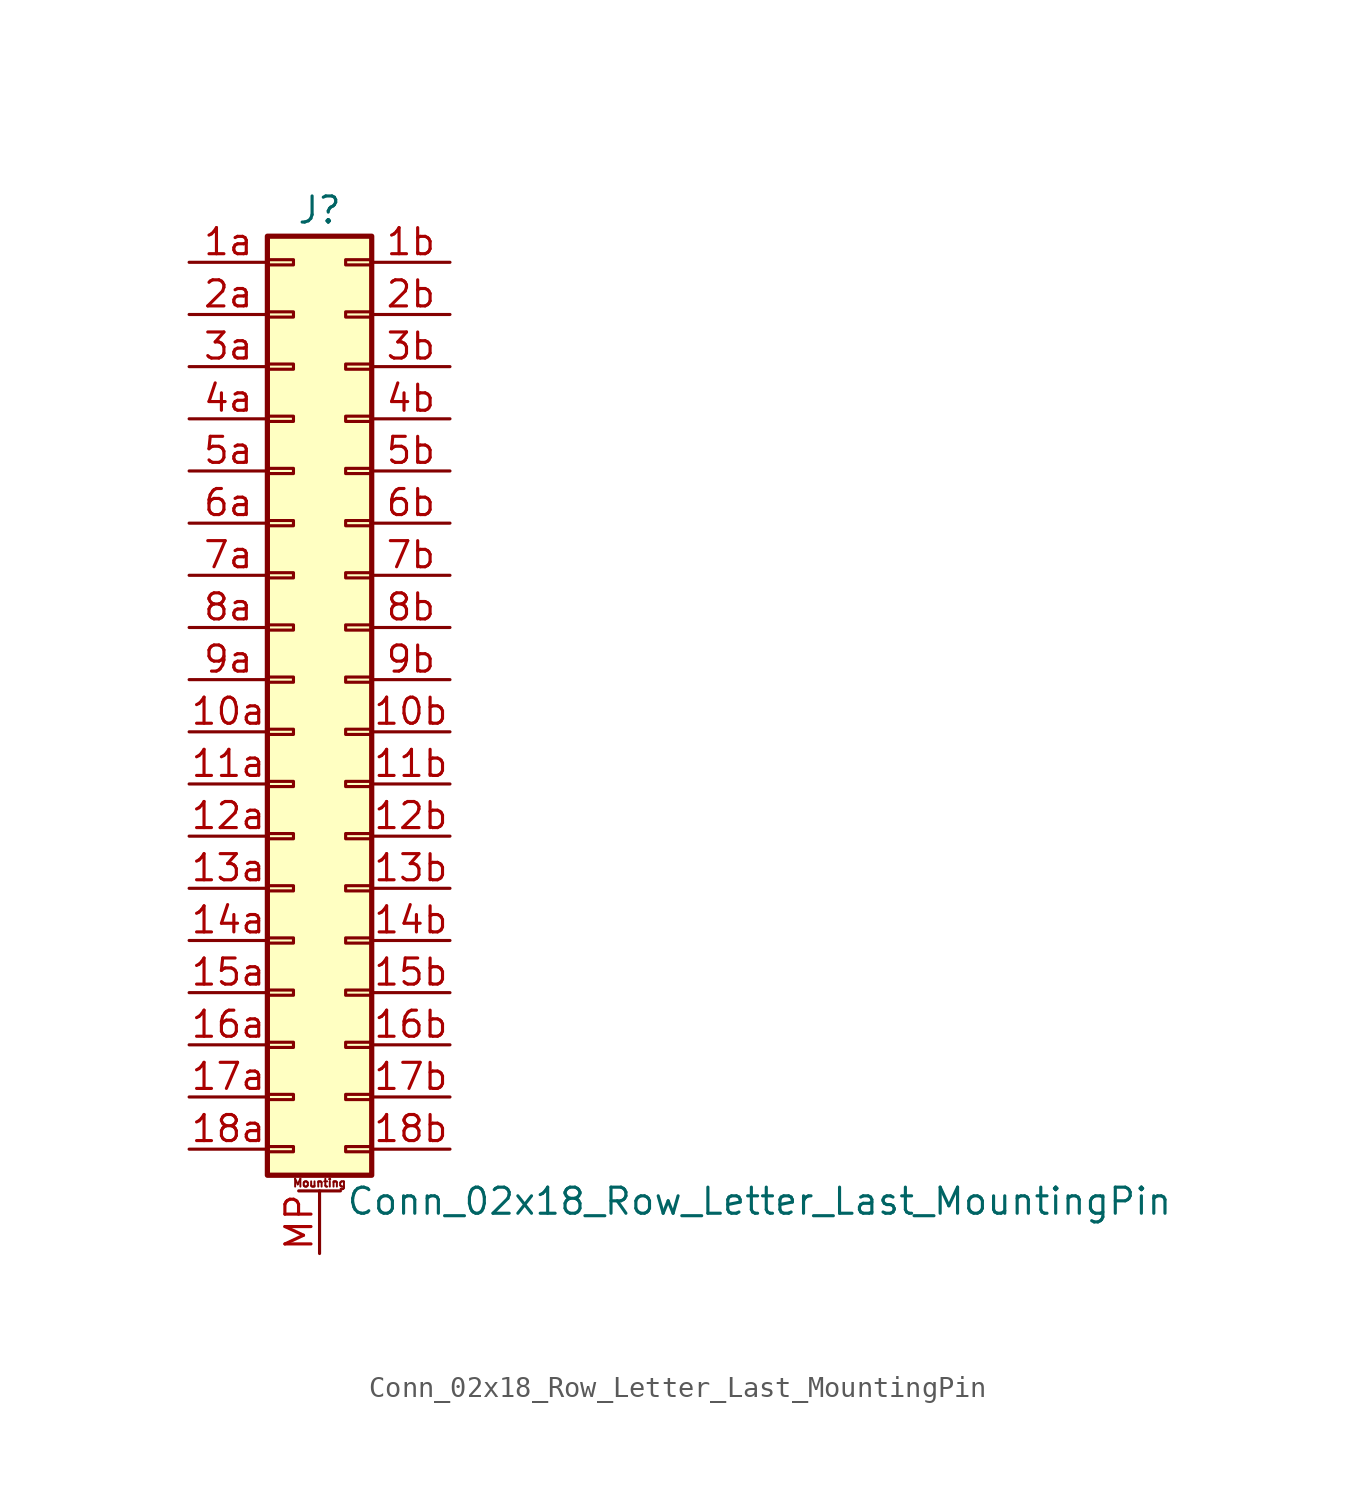
<source format=kicad_sym>
(kicad_symbol_lib
  (version 20211014)
  (generator kicad_symbol_editor)
  (symbol "Conn_02x18_Row_Letter_Last_MountingPin"
    (pin_names
      (offset 1.016) hide)
    (property "Reference" "J"
      (at 1.27 22.86 0)
      (effects (font (size 1.27 1.27))))
    (property "Value" "Conn_02x18_Row_Letter_Last_MountingPin"
      (at 2.54 -25.4 0)
      (effects (font (size 1.27 1.27)) (justify left)))
    (symbol "Conn_02x18_Row_Letter_Last_MountingPin_1_1"
      (rectangle (start -1.27 -22.733) (end 0 -22.987) (stroke (width 0.152) (type default) (color 0 0 0 0)) (fill (type none)))
      (rectangle (start -1.27 -20.193) (end 0 -20.447) (stroke (width 0.152) (type default) (color 0 0 0 0)) (fill (type none)))
      (rectangle (start -1.27 -17.653) (end 0 -17.907) (stroke (width 0.152) (type default) (color 0 0 0 0)) (fill (type none)))
      (rectangle (start -1.27 -15.113) (end 0 -15.367) (stroke (width 0.152) (type default) (color 0 0 0 0)) (fill (type none)))
      (rectangle (start -1.27 -12.573) (end 0 -12.827) (stroke (width 0.152) (type default) (color 0 0 0 0)) (fill (type none)))
      (rectangle (start -1.27 -10.033) (end 0 -10.287) (stroke (width 0.152) (type default) (color 0 0 0 0)) (fill (type none)))
      (rectangle (start -1.27 -7.493) (end 0 -7.747) (stroke (width 0.152) (type default) (color 0 0 0 0)) (fill (type none)))
      (rectangle (start -1.27 -4.953) (end 0 -5.207) (stroke (width 0.152) (type default) (color 0 0 0 0)) (fill (type none)))
      (rectangle (start -1.27 -2.413) (end 0 -2.667) (stroke (width 0.152) (type default) (color 0 0 0 0)) (fill (type none)))
      (rectangle (start -1.27 0.127) (end 0 -0.127) (stroke (width 0.152) (type default) (color 0 0 0 0)) (fill (type none)))
      (rectangle (start -1.27 2.667) (end 0 2.413) (stroke (width 0.152) (type default) (color 0 0 0 0)) (fill (type none)))
      (rectangle (start -1.27 5.207) (end 0 4.953) (stroke (width 0.152) (type default) (color 0 0 0 0)) (fill (type none)))
      (rectangle (start -1.27 7.747) (end 0 7.493) (stroke (width 0.152) (type default) (color 0 0 0 0)) (fill (type none)))
      (rectangle (start -1.27 10.287) (end 0 10.033) (stroke (width 0.152) (type default) (color 0 0 0 0)) (fill (type none)))
      (rectangle (start -1.27 12.827) (end 0 12.573) (stroke (width 0.152) (type default) (color 0 0 0 0)) (fill (type none)))
      (rectangle (start -1.27 15.367) (end 0 15.113) (stroke (width 0.152) (type default) (color 0 0 0 0)) (fill (type none)))
      (rectangle (start -1.27 17.907) (end 0 17.653) (stroke (width 0.152) (type default) (color 0 0 0 0)) (fill (type none)))
      (rectangle (start -1.27 20.447) (end 0 20.193) (stroke (width 0.152) (type default) (color 0 0 0 0)) (fill (type none)))
      (rectangle (start -1.27 21.59) (end 3.81 -24.13) (stroke (width 0.254) (type default) (color 0 0 0 0)) (fill (type background)))
      (polyline (pts (xy 0.254 -24.892) (xy 2.286 -24.892)) (stroke (width 0.152) (type default) (color 0 0 0 0)) (fill (type none)))
      (rectangle (start 3.81 -22.733) (end 2.54 -22.987) (stroke (width 0.152) (type default) (color 0 0 0 0)) (fill (type none)))
      (rectangle (start 3.81 -20.193) (end 2.54 -20.447) (stroke (width 0.152) (type default) (color 0 0 0 0)) (fill (type none)))
      (rectangle (start 3.81 -17.653) (end 2.54 -17.907) (stroke (width 0.152) (type default) (color 0 0 0 0)) (fill (type none)))
      (rectangle (start 3.81 -15.113) (end 2.54 -15.367) (stroke (width 0.152) (type default) (color 0 0 0 0)) (fill (type none)))
      (rectangle (start 3.81 -12.573) (end 2.54 -12.827) (stroke (width 0.152) (type default) (color 0 0 0 0)) (fill (type none)))
      (rectangle (start 3.81 -10.033) (end 2.54 -10.287) (stroke (width 0.152) (type default) (color 0 0 0 0)) (fill (type none)))
      (rectangle (start 3.81 -7.493) (end 2.54 -7.747) (stroke (width 0.152) (type default) (color 0 0 0 0)) (fill (type none)))
      (rectangle (start 3.81 -4.953) (end 2.54 -5.207) (stroke (width 0.152) (type default) (color 0 0 0 0)) (fill (type none)))
      (rectangle (start 3.81 -2.413) (end 2.54 -2.667) (stroke (width 0.152) (type default) (color 0 0 0 0)) (fill (type none)))
      (rectangle (start 3.81 0.127) (end 2.54 -0.127) (stroke (width 0.152) (type default) (color 0 0 0 0)) (fill (type none)))
      (rectangle (start 3.81 2.667) (end 2.54 2.413) (stroke (width 0.152) (type default) (color 0 0 0 0)) (fill (type none)))
      (rectangle (start 3.81 5.207) (end 2.54 4.953) (stroke (width 0.152) (type default) (color 0 0 0 0)) (fill (type none)))
      (rectangle (start 3.81 7.747) (end 2.54 7.493) (stroke (width 0.152) (type default) (color 0 0 0 0)) (fill (type none)))
      (rectangle (start 3.81 10.287) (end 2.54 10.033) (stroke (width 0.152) (type default) (color 0 0 0 0)) (fill (type none)))
      (rectangle (start 3.81 12.827) (end 2.54 12.573) (stroke (width 0.152) (type default) (color 0 0 0 0)) (fill (type none)))
      (rectangle (start 3.81 15.367) (end 2.54 15.113) (stroke (width 0.152) (type default) (color 0 0 0 0)) (fill (type none)))
      (rectangle (start 3.81 17.907) (end 2.54 17.653) (stroke (width 0.152) (type default) (color 0 0 0 0)) (fill (type none)))
      (rectangle (start 3.81 20.447) (end 2.54 20.193) (stroke (width 0.152) (type default) (color 0 0 0 0)) (fill (type none)))
      (text "Mounting" (at 1.27 -24.511 0) (effects (font (size 0.381 0.381))))
      (pin passive line (at -5.08 -2.54 0) (length 3.81) (name "Pin_10a" (effects (font (size 1.27 1.27)))) (number "10a" (effects (font (size 1.27 1.27)))))
      (pin passive line (at 7.62 -2.54 180) (length 3.81) (name "Pin_10b" (effects (font (size 1.27 1.27)))) (number "10b" (effects (font (size 1.27 1.27)))))
      (pin passive line (at -5.08 -5.08 0) (length 3.81) (name "Pin_11a" (effects (font (size 1.27 1.27)))) (number "11a" (effects (font (size 1.27 1.27)))))
      (pin passive line (at 7.62 -5.08 180) (length 3.81) (name "Pin_11b" (effects (font (size 1.27 1.27)))) (number "11b" (effects (font (size 1.27 1.27)))))
      (pin passive line (at -5.08 -7.62 0) (length 3.81) (name "Pin_12a" (effects (font (size 1.27 1.27)))) (number "12a" (effects (font (size 1.27 1.27)))))
      (pin passive line (at 7.62 -7.62 180) (length 3.81) (name "Pin_12b" (effects (font (size 1.27 1.27)))) (number "12b" (effects (font (size 1.27 1.27)))))
      (pin passive line (at -5.08 -10.16 0) (length 3.81) (name "Pin_13a" (effects (font (size 1.27 1.27)))) (number "13a" (effects (font (size 1.27 1.27)))))
      (pin passive line (at 7.62 -10.16 180) (length 3.81) (name "Pin_13b" (effects (font (size 1.27 1.27)))) (number "13b" (effects (font (size 1.27 1.27)))))
      (pin passive line (at -5.08 -12.7 0) (length 3.81) (name "Pin_14a" (effects (font (size 1.27 1.27)))) (number "14a" (effects (font (size 1.27 1.27)))))
      (pin passive line (at 7.62 -12.7 180) (length 3.81) (name "Pin_14b" (effects (font (size 1.27 1.27)))) (number "14b" (effects (font (size 1.27 1.27)))))
      (pin passive line (at -5.08 -15.24 0) (length 3.81) (name "Pin_15a" (effects (font (size 1.27 1.27)))) (number "15a" (effects (font (size 1.27 1.27)))))
      (pin passive line (at 7.62 -15.24 180) (length 3.81) (name "Pin_15b" (effects (font (size 1.27 1.27)))) (number "15b" (effects (font (size 1.27 1.27)))))
      (pin passive line (at -5.08 -17.78 0) (length 3.81) (name "Pin_16a" (effects (font (size 1.27 1.27)))) (number "16a" (effects (font (size 1.27 1.27)))))
      (pin passive line (at 7.62 -17.78 180) (length 3.81) (name "Pin_16b" (effects (font (size 1.27 1.27)))) (number "16b" (effects (font (size 1.27 1.27)))))
      (pin passive line (at -5.08 -20.32 0) (length 3.81) (name "Pin_17a" (effects (font (size 1.27 1.27)))) (number "17a" (effects (font (size 1.27 1.27)))))
      (pin passive line (at 7.62 -20.32 180) (length 3.81) (name "Pin_17b" (effects (font (size 1.27 1.27)))) (number "17b" (effects (font (size 1.27 1.27)))))
      (pin passive line (at -5.08 -22.86 0) (length 3.81) (name "Pin_18a" (effects (font (size 1.27 1.27)))) (number "18a" (effects (font (size 1.27 1.27)))))
      (pin passive line (at 7.62 -22.86 180) (length 3.81) (name "Pin_18b" (effects (font (size 1.27 1.27)))) (number "18b" (effects (font (size 1.27 1.27)))))
      (pin passive line (at -5.08 20.32 0) (length 3.81) (name "Pin_1a" (effects (font (size 1.27 1.27)))) (number "1a" (effects (font (size 1.27 1.27)))))
      (pin passive line (at 7.62 20.32 180) (length 3.81) (name "Pin_1b" (effects (font (size 1.27 1.27)))) (number "1b" (effects (font (size 1.27 1.27)))))
      (pin passive line (at -5.08 17.78 0) (length 3.81) (name "Pin_2a" (effects (font (size 1.27 1.27)))) (number "2a" (effects (font (size 1.27 1.27)))))
      (pin passive line (at 7.62 17.78 180) (length 3.81) (name "Pin_2b" (effects (font (size 1.27 1.27)))) (number "2b" (effects (font (size 1.27 1.27)))))
      (pin passive line (at -5.08 15.24 0) (length 3.81) (name "Pin_3a" (effects (font (size 1.27 1.27)))) (number "3a" (effects (font (size 1.27 1.27)))))
      (pin passive line (at 7.62 15.24 180) (length 3.81) (name "Pin_3b" (effects (font (size 1.27 1.27)))) (number "3b" (effects (font (size 1.27 1.27)))))
      (pin passive line (at -5.08 12.7 0) (length 3.81) (name "Pin_4a" (effects (font (size 1.27 1.27)))) (number "4a" (effects (font (size 1.27 1.27)))))
      (pin passive line (at 7.62 12.7 180) (length 3.81) (name "Pin_4b" (effects (font (size 1.27 1.27)))) (number "4b" (effects (font (size 1.27 1.27)))))
      (pin passive line (at -5.08 10.16 0) (length 3.81) (name "Pin_5a" (effects (font (size 1.27 1.27)))) (number "5a" (effects (font (size 1.27 1.27)))))
      (pin passive line (at 7.62 10.16 180) (length 3.81) (name "Pin_5b" (effects (font (size 1.27 1.27)))) (number "5b" (effects (font (size 1.27 1.27)))))
      (pin passive line (at -5.08 7.62 0) (length 3.81) (name "Pin_6a" (effects (font (size 1.27 1.27)))) (number "6a" (effects (font (size 1.27 1.27)))))
      (pin passive line (at 7.62 7.62 180) (length 3.81) (name "Pin_6b" (effects (font (size 1.27 1.27)))) (number "6b" (effects (font (size 1.27 1.27)))))
      (pin passive line (at -5.08 5.08 0) (length 3.81) (name "Pin_7a" (effects (font (size 1.27 1.27)))) (number "7a" (effects (font (size 1.27 1.27)))))
      (pin passive line (at 7.62 5.08 180) (length 3.81) (name "Pin_7b" (effects (font (size 1.27 1.27)))) (number "7b" (effects (font (size 1.27 1.27)))))
      (pin passive line (at -5.08 2.54 0) (length 3.81) (name "Pin_8a" (effects (font (size 1.27 1.27)))) (number "8a" (effects (font (size 1.27 1.27)))))
      (pin passive line (at 7.62 2.54 180) (length 3.81) (name "Pin_8b" (effects (font (size 1.27 1.27)))) (number "8b" (effects (font (size 1.27 1.27)))))
      (pin passive line (at -5.08 0 0) (length 3.81) (name "Pin_9a" (effects (font (size 1.27 1.27)))) (number "9a" (effects (font (size 1.27 1.27)))))
      (pin passive line (at 7.62 0 180) (length 3.81) (name "Pin_9b" (effects (font (size 1.27 1.27)))) (number "9b" (effects (font (size 1.27 1.27)))))
      (pin passive line (at 1.27 -27.94 90) (length 3.048) (name "MountPin" (effects (font (size 1.27 1.27)))) (number "MP" (effects (font (size 1.27 1.27))))))))
</source>
